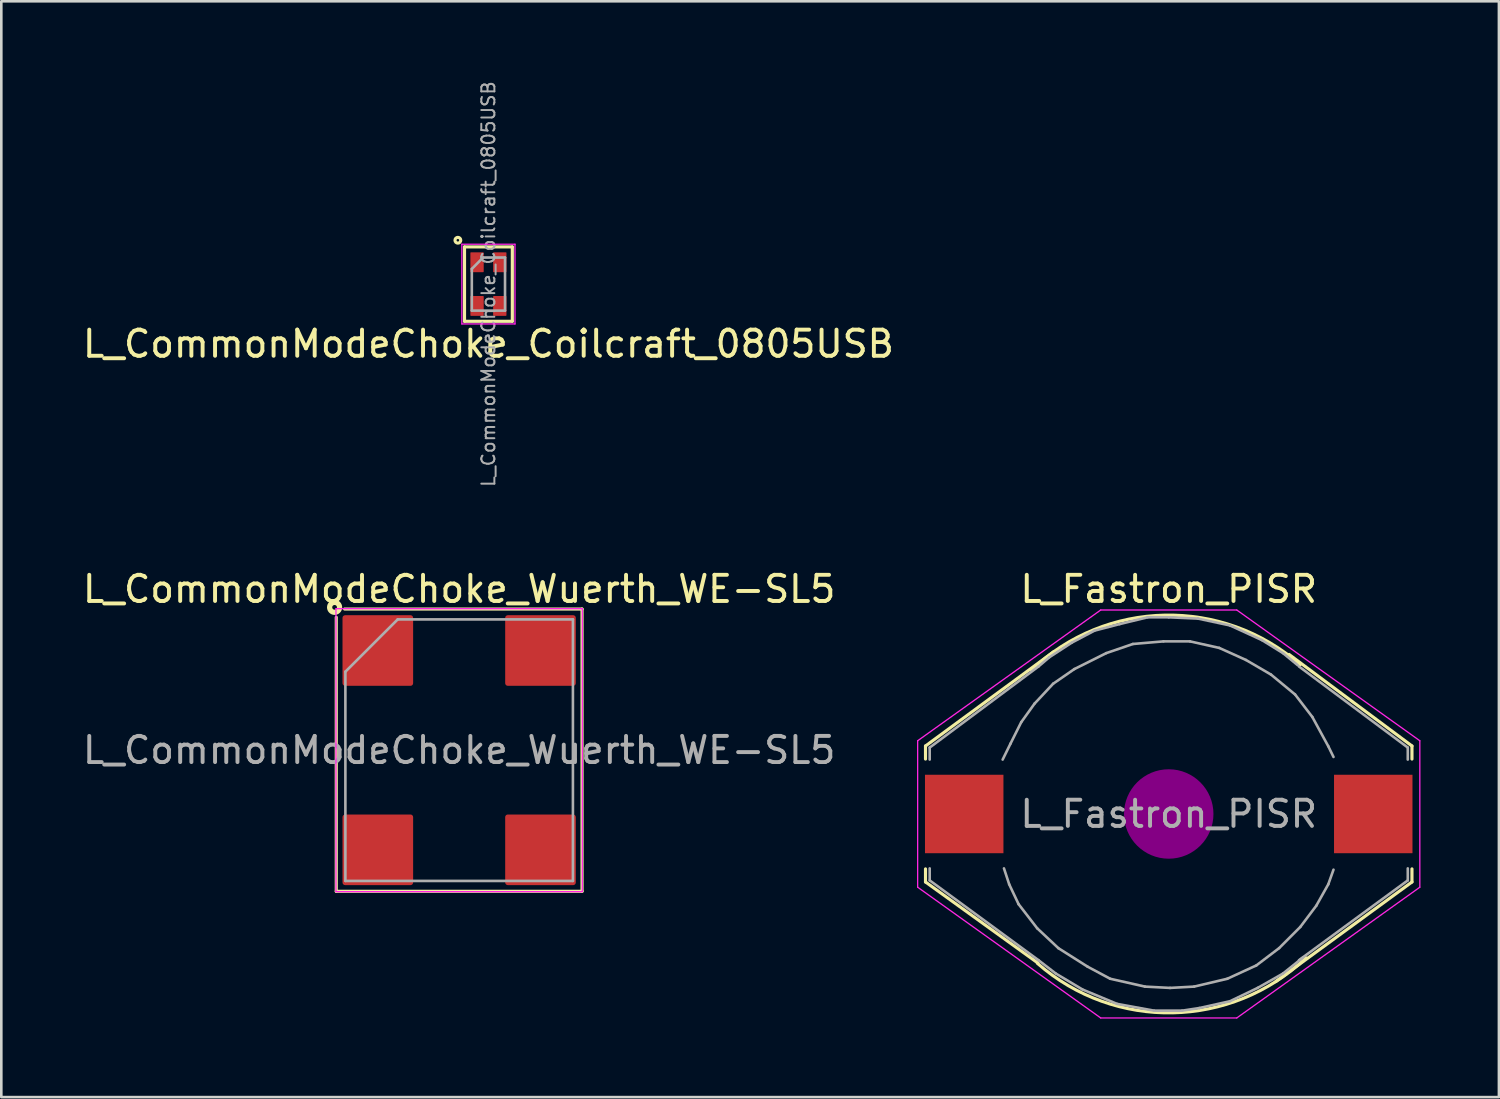
<source format=kicad_pcb>
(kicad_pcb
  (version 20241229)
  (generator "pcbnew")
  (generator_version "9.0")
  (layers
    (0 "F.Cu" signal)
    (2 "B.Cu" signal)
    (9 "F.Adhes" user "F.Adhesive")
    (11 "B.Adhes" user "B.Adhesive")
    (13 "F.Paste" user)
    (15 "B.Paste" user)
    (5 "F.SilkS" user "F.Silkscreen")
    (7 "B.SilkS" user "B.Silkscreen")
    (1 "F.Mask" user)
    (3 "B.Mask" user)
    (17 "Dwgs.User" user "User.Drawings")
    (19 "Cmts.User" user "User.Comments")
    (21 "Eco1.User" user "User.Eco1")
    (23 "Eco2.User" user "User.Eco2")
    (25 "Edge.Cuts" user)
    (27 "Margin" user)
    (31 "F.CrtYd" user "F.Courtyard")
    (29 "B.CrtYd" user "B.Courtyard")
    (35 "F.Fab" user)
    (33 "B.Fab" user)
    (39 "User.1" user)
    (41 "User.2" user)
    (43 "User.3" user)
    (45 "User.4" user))
  (footprint "L_CommonModeChoke_Wuerth_WE-SL5"
    (layer "F.Cu")
    (at 14.506 25.633)
    (property "Reference" "L_CommonModeChoke_Wuerth_WE-SL5" (at 0 -6.16 0) (layer "F.SilkS") (effects (font (size 1 1) (thickness 0.15))))
    (attr smd)
    (fp_line (start -4.699 5.397) (end -4.699 -5.08) (stroke (width 0.12) (type solid)) (layer "F.SilkS"))
    (fp_line (start -4.699 5.397) (end 4.699 5.397) (stroke (width 0.12) (type solid)) (layer "F.SilkS"))
    (fp_line (start 4.699 -5.397) (end -4.381 -5.397) (stroke (width 0.12) (type solid)) (layer "F.SilkS"))
    (fp_line (start 4.699 5.397) (end 4.699 -5.397) (stroke (width 0.12) (type solid)) (layer "F.SilkS"))
    (fp_circle (center -4.763 -5.461) (end -4.673 -5.461) (stroke (width 0.2) (type solid)) (fill no) (layer "F.SilkS"))
    (fp_line (start -4.71 -5.41) (end 4.71 -5.41) (stroke (width 0.05) (type solid)) (layer "F.CrtYd"))
    (fp_line (start -4.71 5.41) (end -4.71 -5.41) (stroke (width 0.05) (type solid)) (layer "F.CrtYd"))
    (fp_line (start -4.71 5.41) (end 4.71 5.41) (stroke (width 0.05) (type solid)) (layer "F.CrtYd"))
    (fp_line (start 4.71 5.41) (end 4.71 -5.41) (stroke (width 0.05) (type solid)) (layer "F.CrtYd"))
    (fp_line (start -4.35 -3) (end -2.35 -5) (stroke (width 0.1) (type solid)) (layer "F.Fab"))
    (fp_line (start -4.35 5) (end -4.35 -3) (stroke (width 0.1) (type solid)) (layer "F.Fab"))
    (fp_line (start -2.35 -5) (end 4.35 -5) (stroke (width 0.1) (type solid)) (layer "F.Fab"))
    (fp_line (start 4.35 -5) (end 4.35 5) (stroke (width 0.1) (type solid)) (layer "F.Fab"))
    (fp_line (start 4.35 5) (end -4.35 5) (stroke (width 0.1) (type solid)) (layer "F.Fab"))
    (fp_text user "${REFERENCE}" (at 0 0 0) (layer "F.Fab") (effects (font (size 1 1) (thickness 0.15))))
    (pad "1" smd roundrect (at -3.11 -3.81 90) (size 2.7 2.7) (layers "F.Cu" "F.Mask" "F.Paste") (roundrect_rratio 0.037))
    (pad "2" smd roundrect (at -3.11 3.81 90) (size 2.7 2.7) (layers "F.Cu" "F.Mask" "F.Paste") (roundrect_rratio 0.037))
    (pad "3" smd roundrect (at 3.11 3.81 90) (size 2.7 2.7) (layers "F.Cu" "F.Mask" "F.Paste") (roundrect_rratio 0.037))
    (pad "4" smd roundrect (at 3.11 -3.81 90) (size 2.7 2.7) (layers "F.Cu" "F.Mask" "F.Paste") (roundrect_rratio 0.037)))
  (footprint "L_Fastron_PISR"
    (layer "F.Cu")
    (at 41.637 28.073)
    (property "Reference" "L_Fastron_PISR" (at 0 -8.6 0) (layer "F.SilkS") (effects (font (size 1 1) (thickness 0.15))))
    (attr smd)
    (fp_line (start -9.3 -2.6) (end -9.3 -2.1) (stroke (width 0.12) (type solid)) (layer "F.SilkS"))
    (fp_line (start -9.3 -2.6) (end -4.4 -6.2) (stroke (width 0.12) (type solid)) (layer "F.SilkS"))
    (fp_line (start -9.3 2.6) (end -9.3 2.1) (stroke (width 0.12) (type solid)) (layer "F.SilkS"))
    (fp_line (start -5 5.7) (end -9.3 2.6) (stroke (width 0.12) (type solid)) (layer "F.SilkS"))
    (fp_line (start 4.1 6.4) (end 9.3 2.6) (stroke (width 0.12) (type solid)) (layer "F.SilkS"))
    (fp_line (start 4.6 -6.1) (end 9.3 -2.6) (stroke (width 0.12) (type solid)) (layer "F.SilkS"))
    (fp_line (start 9.3 -2.6) (end 9.3 -2.1) (stroke (width 0.12) (type solid)) (layer "F.SilkS"))
    (fp_line (start 9.3 2.6) (end 9.3 2.1) (stroke (width 0.12) (type solid)) (layer "F.SilkS"))
    (fp_arc (start -5.25 -5.5) (mid -0.15496 -7.601874) (end 5.021503 -5.709379) (stroke (width 0.12) (type solid)) (layer "F.SilkS"))
    (fp_arc (start 5.25 5.5) (mid 0.15496 7.601874) (end -5.021503 5.709379) (stroke (width 0.12) (type solid)) (layer "F.SilkS"))
    (fp_line (start 0 -0.25) (end 0 0.25) (stroke (width 0.38) (type solid)) (layer "F.Adhes"))
    (fp_circle (center 0 0) (end 0 0.25) (stroke (width 0.38) (type solid)) (fill no) (layer "F.Adhes"))
    (fp_circle (center 0 0) (end 0 0.51) (stroke (width 0.38) (type solid)) (fill no) (layer "F.Adhes"))
    (fp_circle (center 0 0) (end 0 0.76) (stroke (width 0.38) (type solid)) (fill no) (layer "F.Adhes"))
    (fp_circle (center 0 0) (end 0 1.02) (stroke (width 0.38) (type solid)) (fill no) (layer "F.Adhes"))
    (fp_circle (center 0 0) (end 0 1.27) (stroke (width 0.38) (type solid)) (fill no) (layer "F.Adhes"))
    (fp_circle (center 0 0) (end 0 1.52) (stroke (width 0.38) (type solid)) (fill no) (layer "F.Adhes"))
    (fp_line (start -9.6 -2.8) (end -2.6 -7.8) (stroke (width 0.05) (type solid)) (layer "F.CrtYd"))
    (fp_line (start -9.6 2.8) (end -9.6 -2.8) (stroke (width 0.05) (type solid)) (layer "F.CrtYd"))
    (fp_line (start -2.6 -7.8) (end 2.6 -7.8) (stroke (width 0.05) (type solid)) (layer "F.CrtYd"))
    (fp_line (start -2.6 7.8) (end -9.6 2.8) (stroke (width 0.05) (type solid)) (layer "F.CrtYd"))
    (fp_line (start 2.6 -7.8) (end 9.6 -2.8) (stroke (width 0.05) (type solid)) (layer "F.CrtYd"))
    (fp_line (start 2.6 7.8) (end -2.6 7.8) (stroke (width 0.05) (type solid)) (layer "F.CrtYd"))
    (fp_line (start 9.6 -2.8) (end 9.6 2.8) (stroke (width 0.05) (type solid)) (layer "F.CrtYd"))
    (fp_line (start 9.6 2.8) (end 2.6 7.8) (stroke (width 0.05) (type solid)) (layer "F.CrtYd"))
    (fp_line (start -9.14 -2.54) (end -4.98 -5.64) (stroke (width 0.1) (type solid)) (layer "F.Fab"))
    (fp_line (start -9.14 -2.08) (end -9.14 -2.54) (stroke (width 0.1) (type solid)) (layer "F.Fab"))
    (fp_line (start -9.14 2.08) (end -9.14 2.54) (stroke (width 0.1) (type solid)) (layer "F.Fab"))
    (fp_line (start -9.14 2.54) (end -4.98 5.59) (stroke (width 0.1) (type solid)) (layer "F.Fab"))
    (fp_line (start -6.35 -2.08) (end -6.05 -2.69) (stroke (width 0.1) (type solid)) (layer "F.Fab"))
    (fp_line (start -6.3 2.08) (end -6.1 2.69) (stroke (width 0.1) (type solid)) (layer "F.Fab"))
    (fp_line (start -6.1 2.69) (end -5.74 3.45) (stroke (width 0.1) (type solid)) (layer "F.Fab"))
    (fp_line (start -6.05 -2.69) (end -5.64 -3.51) (stroke (width 0.1) (type solid)) (layer "F.Fab"))
    (fp_line (start -5.74 3.45) (end -5.03 4.37) (stroke (width 0.1) (type solid)) (layer "F.Fab"))
    (fp_line (start -5.64 -3.51) (end -5.13 -4.22) (stroke (width 0.1) (type solid)) (layer "F.Fab"))
    (fp_line (start -5.13 -4.22) (end -4.42 -4.98) (stroke (width 0.1) (type solid)) (layer "F.Fab"))
    (fp_line (start -5.03 4.37) (end -4.22 5.13) (stroke (width 0.1) (type solid)) (layer "F.Fab"))
    (fp_line (start -4.98 -5.64) (end -4.57 -5.99) (stroke (width 0.1) (type solid)) (layer "F.Fab"))
    (fp_line (start -4.98 5.59) (end -4.32 6.1) (stroke (width 0.1) (type solid)) (layer "F.Fab"))
    (fp_line (start -4.57 -5.99) (end -3.71 -6.55) (stroke (width 0.1) (type solid)) (layer "F.Fab"))
    (fp_line (start -4.42 -4.98) (end -3.61 -5.54) (stroke (width 0.1) (type solid)) (layer "F.Fab"))
    (fp_line (start -4.32 6.1) (end -3.3 6.71) (stroke (width 0.1) (type solid)) (layer "F.Fab"))
    (fp_line (start -4.22 5.13) (end -3.1 5.84) (stroke (width 0.1) (type solid)) (layer "F.Fab"))
    (fp_line (start -3.71 -6.55) (end -2.84 -7.01) (stroke (width 0.1) (type solid)) (layer "F.Fab"))
    (fp_line (start -3.61 -5.54) (end -2.39 -6.15) (stroke (width 0.1) (type solid)) (layer "F.Fab"))
    (fp_line (start -3.3 6.71) (end -1.98 7.26) (stroke (width 0.1) (type solid)) (layer "F.Fab"))
    (fp_line (start -3.1 5.84) (end -2.24 6.3) (stroke (width 0.1) (type solid)) (layer "F.Fab"))
    (fp_line (start -2.84 -7.01) (end -1.88 -7.26) (stroke (width 0.1) (type solid)) (layer "F.Fab"))
    (fp_line (start -2.39 -6.15) (end -1.37 -6.5) (stroke (width 0.1) (type solid)) (layer "F.Fab"))
    (fp_line (start -2.24 6.3) (end -0.91 6.6) (stroke (width 0.1) (type solid)) (layer "F.Fab"))
    (fp_line (start -1.98 7.26) (end -0.56 7.52) (stroke (width 0.1) (type solid)) (layer "F.Fab"))
    (fp_line (start -1.88 -7.26) (end -0.81 -7.52) (stroke (width 0.1) (type solid)) (layer "F.Fab"))
    (fp_line (start -1.37 -6.5) (end -0.2 -6.6) (stroke (width 0.1) (type solid)) (layer "F.Fab"))
    (fp_line (start -0.91 6.6) (end 0.05 6.65) (stroke (width 0.1) (type solid)) (layer "F.Fab"))
    (fp_line (start -0.81 -7.52) (end 0 -7.52) (stroke (width 0.1) (type solid)) (layer "F.Fab"))
    (fp_line (start -0.56 7.52) (end 0.51 7.52) (stroke (width 0.1) (type solid)) (layer "F.Fab"))
    (fp_line (start -0.2 -6.6) (end 0.81 -6.6) (stroke (width 0.1) (type solid)) (layer "F.Fab"))
    (fp_line (start 0 -7.52) (end 1.12 -7.47) (stroke (width 0.1) (type solid)) (layer "F.Fab"))
    (fp_line (start 0.05 6.65) (end 0.97 6.6) (stroke (width 0.1) (type solid)) (layer "F.Fab"))
    (fp_line (start 0.51 7.52) (end 1.17 7.42) (stroke (width 0.1) (type solid)) (layer "F.Fab"))
    (fp_line (start 0.81 -6.6) (end 1.93 -6.35) (stroke (width 0.1) (type solid)) (layer "F.Fab"))
    (fp_line (start 0.97 6.6) (end 2.24 6.3) (stroke (width 0.1) (type solid)) (layer "F.Fab"))
    (fp_line (start 1.12 -7.47) (end 2.34 -7.21) (stroke (width 0.1) (type solid)) (layer "F.Fab"))
    (fp_line (start 1.17 7.42) (end 2.34 7.16) (stroke (width 0.1) (type solid)) (layer "F.Fab"))
    (fp_line (start 1.93 -6.35) (end 2.95 -5.89) (stroke (width 0.1) (type solid)) (layer "F.Fab"))
    (fp_line (start 2.24 6.3) (end 3.35 5.79) (stroke (width 0.1) (type solid)) (layer "F.Fab"))
    (fp_line (start 2.34 -7.21) (end 3.56 -6.65) (stroke (width 0.1) (type solid)) (layer "F.Fab"))
    (fp_line (start 2.34 7.16) (end 3.4 6.65) (stroke (width 0.1) (type solid)) (layer "F.Fab"))
    (fp_line (start 2.95 -5.89) (end 3.91 -5.33) (stroke (width 0.1) (type solid)) (layer "F.Fab"))
    (fp_line (start 3.35 5.79) (end 4.22 5.13) (stroke (width 0.1) (type solid)) (layer "F.Fab"))
    (fp_line (start 3.4 6.65) (end 4.37 6.1) (stroke (width 0.1) (type solid)) (layer "F.Fab"))
    (fp_line (start 3.56 -6.65) (end 4.37 -6.15) (stroke (width 0.1) (type solid)) (layer "F.Fab"))
    (fp_line (start 3.91 -5.33) (end 4.83 -4.57) (stroke (width 0.1) (type solid)) (layer "F.Fab"))
    (fp_line (start 4.22 5.13) (end 5.03 4.32) (stroke (width 0.1) (type solid)) (layer "F.Fab"))
    (fp_line (start 4.37 -6.15) (end 4.93 -5.69) (stroke (width 0.1) (type solid)) (layer "F.Fab"))
    (fp_line (start 4.37 6.1) (end 5.13 5.49) (stroke (width 0.1) (type solid)) (layer "F.Fab"))
    (fp_line (start 4.83 -4.57) (end 5.49 -3.71) (stroke (width 0.1) (type solid)) (layer "F.Fab"))
    (fp_line (start 5.03 4.32) (end 5.64 3.51) (stroke (width 0.1) (type solid)) (layer "F.Fab"))
    (fp_line (start 5.49 -3.71) (end 6.1 -2.59) (stroke (width 0.1) (type solid)) (layer "F.Fab"))
    (fp_line (start 5.64 3.51) (end 6.1 2.69) (stroke (width 0.1) (type solid)) (layer "F.Fab"))
    (fp_line (start 6.1 -2.59) (end 6.3 -2.18) (stroke (width 0.1) (type solid)) (layer "F.Fab"))
    (fp_line (start 6.1 2.69) (end 6.3 2.13) (stroke (width 0.1) (type solid)) (layer "F.Fab"))
    (fp_line (start 9.14 -2.54) (end 4.98 -5.64) (stroke (width 0.1) (type solid)) (layer "F.Fab"))
    (fp_line (start 9.14 -2.08) (end 9.14 -2.54) (stroke (width 0.1) (type solid)) (layer "F.Fab"))
    (fp_line (start 9.14 2.08) (end 9.14 2.54) (stroke (width 0.1) (type solid)) (layer "F.Fab"))
    (fp_line (start 9.14 2.54) (end 4.98 5.59) (stroke (width 0.1) (type solid)) (layer "F.Fab"))
    (fp_text user "${REFERENCE}" (at 0 0 0) (layer "F.Fab") (effects (font (size 1 1) (thickness 0.15))))
    (pad "1" smd rect (at 7.82 0) (size 3 3) (layers "F.Cu" "F.Mask" "F.Paste"))
    (pad "2" smd rect (at -7.82 0) (size 3 3) (layers "F.Cu" "F.Mask" "F.Paste")))
  (footprint "L_CommonModeChoke_Coilcraft_0805USB"
    (layer "F.Cu")
    (at 15.625 7.812)
    (property "Reference" "L_CommonModeChoke_Coilcraft_0805USB" (at 0 2.286 0) (layer "F.SilkS") (effects (font (size 1 1) (thickness 0.15))))
    (attr smd)
    (fp_line (start -0.914 -1.422) (end 0.914 -1.422) (stroke (width 0.12) (type solid)) (layer "F.SilkS"))
    (fp_line (start -0.914 1.422) (end -0.914 -1.422) (stroke (width 0.12) (type solid)) (layer "F.SilkS"))
    (fp_line (start 0.914 -1.422) (end 0.914 1.422) (stroke (width 0.12) (type solid)) (layer "F.SilkS"))
    (fp_line (start 0.914 1.422) (end -0.914 1.422) (stroke (width 0.12) (type solid)) (layer "F.SilkS"))
    (fp_circle (center -1.168 -1.676) (end -1.118 -1.676) (stroke (width 0.12) (type solid)) (fill no) (layer "F.SilkS"))
    (fp_line (start -1.016 -1.524) (end 1.016 -1.524) (stroke (width 0.05) (type solid)) (layer "F.CrtYd"))
    (fp_line (start -1.016 1.524) (end -1.016 -1.524) (stroke (width 0.05) (type solid)) (layer "F.CrtYd"))
    (fp_line (start -1.016 1.524) (end 1.016 1.524) (stroke (width 0.05) (type solid)) (layer "F.CrtYd"))
    (fp_line (start 1.016 1.524) (end 1.016 -1.524) (stroke (width 0.05) (type solid)) (layer "F.CrtYd"))
    (fp_line (start -0.635 -0.58) (end -0.635 1.015) (stroke (width 0.1) (type solid)) (layer "F.Fab"))
    (fp_line (start -0.635 -0.58) (end -0.205 -1.015) (stroke (width 0.1) (type solid)) (layer "F.Fab"))
    (fp_line (start -0.635 1.015) (end 0.635 1.015) (stroke (width 0.1) (type solid)) (layer "F.Fab"))
    (fp_line (start -0.205 -1.015) (end 0.635 -1.015) (stroke (width 0.1) (type solid)) (layer "F.Fab"))
    (fp_line (start 0.635 -1.015) (end 0.635 1.015) (stroke (width 0.1) (type solid)) (layer "F.Fab"))
    (fp_text user "${REFERENCE}" (at 0 0 90) (layer "F.Fab") (effects (font (size 0.5 0.5) (thickness 0.075))))
    (pad "1" smd roundrect (at -0.435 -0.835) (size 0.51 0.76) (layers "F.Cu" "F.Mask" "F.Paste") (roundrect_rratio 0.05))
    (pad "2" smd roundrect (at -0.435 0.835) (size 0.51 0.76) (layers "F.Cu" "F.Mask" "F.Paste") (roundrect_rratio 0.05))
    (pad "3" smd roundrect (at 0.435 0.835) (size 0.51 0.76) (layers "F.Cu" "F.Mask" "F.Paste") (roundrect_rratio 0.05))
    (pad "4" smd roundrect (at 0.435 -0.835) (size 0.51 0.76) (layers "F.Cu" "F.Mask" "F.Paste") (roundrect_rratio 0.05)))
  (gr_rect
    (start -3 -3)
    (end 54.262 38.898)
    (stroke (width 0.1) (type default))
    (fill no)
    (layer "Edge.Cuts")))
</source>
